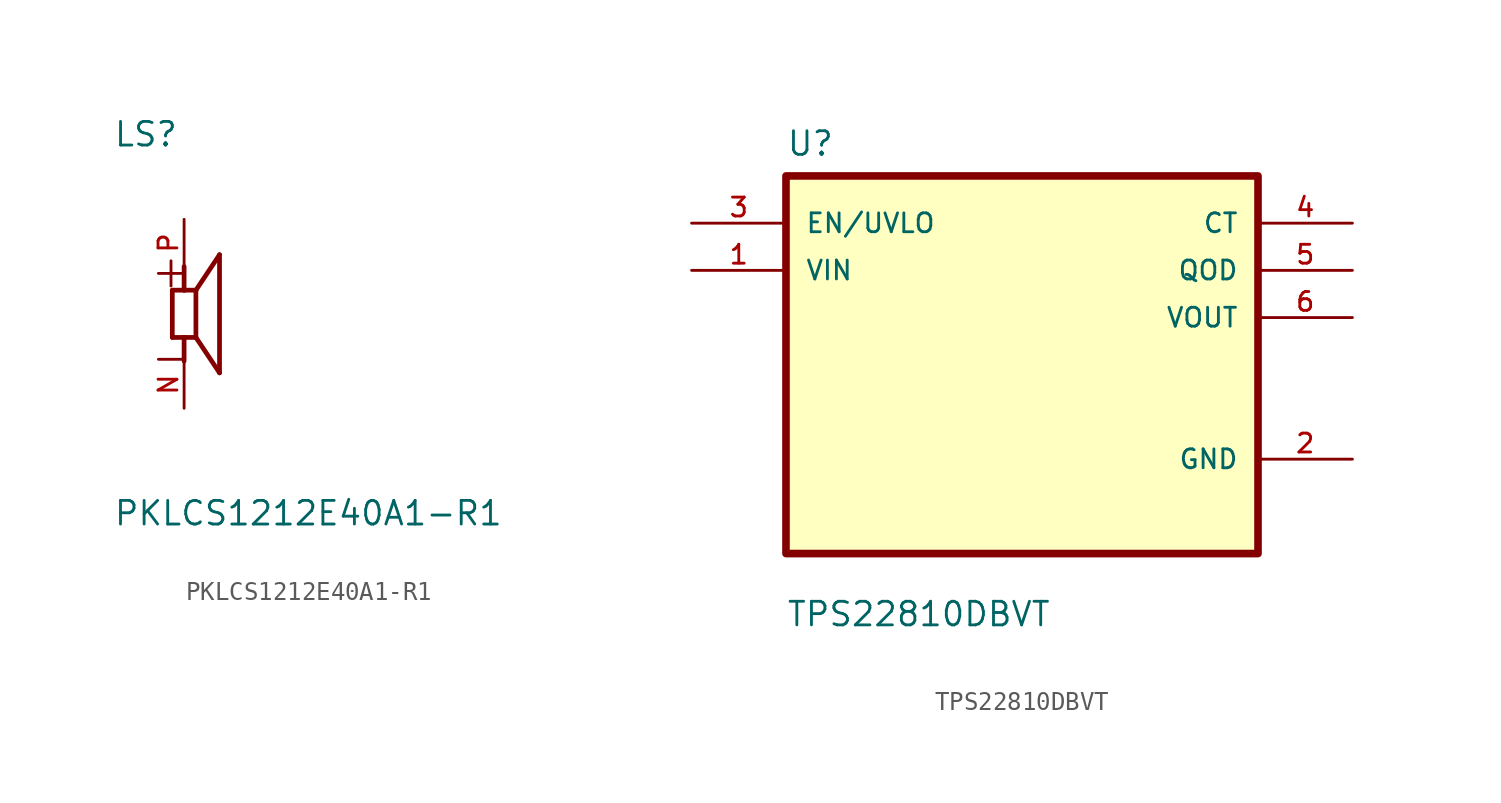
<source format=kicad_sym>
(kicad_symbol_lib
  (version 20220914)
  (generator kicad_symbol_editor)
  (symbol "PKLCS1212E40A1-R1"
    (pin_names
      (offset 1.016))
    (property "Reference" "LS"
      (at -3.82 8.913 0)
      (effects (font (size 1.27 1.27)) (justify left bottom)))
    (property "Value" "PKLCS1212E40A1-R1"
      (at -3.823 -11.469 0)
      (effects (font (size 1.27 1.27)) (justify left bottom)))
    (symbol "PKLCS1212E40A1-R1_0_0"
      (polyline (pts (xy -0.635 -1.27) (xy -0.635 1.27)) (stroke (width 0.254) (type default)) (fill (type none)))
      (polyline (pts (xy -0.635 1.27) (xy 0 1.27)) (stroke (width 0.254) (type default)) (fill (type none)))
      (polyline (pts (xy 0 -1.27) (xy -0.635 -1.27)) (stroke (width 0.254) (type default)) (fill (type none)))
      (polyline (pts (xy 0 -1.27) (xy 0 -2.54)) (stroke (width 0.254) (type default)) (fill (type none)))
      (polyline (pts (xy 0 1.27) (xy 0 2.54)) (stroke (width 0.254) (type default)) (fill (type none)))
      (polyline (pts (xy 0 1.27) (xy 0.635 1.27)) (stroke (width 0.254) (type default)) (fill (type none)))
      (polyline (pts (xy 0.635 -1.27) (xy 0 -1.27)) (stroke (width 0.254) (type default)) (fill (type none)))
      (polyline (pts (xy 0.635 1.27) (xy 0.635 -1.27)) (stroke (width 0.254) (type default)) (fill (type none)))
      (polyline (pts (xy 0.635 1.27) (xy 1.905 3.175)) (stroke (width 0.254) (type default)) (fill (type none)))
      (polyline (pts (xy 1.905 -3.175) (xy 0.635 -1.27)) (stroke (width 0.254) (type default)) (fill (type none)))
      (polyline (pts (xy 1.905 3.175) (xy 1.905 -3.175)) (stroke (width 0.254) (type default)) (fill (type none)))
      (text "+" (at -1.905 1.27 0) (effects (font (size 1.778 1.778)) (justify left bottom)))
      (text "-" (at -1.905 -1.27 0) (effects (font (size 1.778 1.778)) (justify left top)))
      (pin passive line (at 0 -5.08 90) (length 2.54) (name "~" (effects (font (size 1.016 1.016)))) (number "N" (effects (font (size 1.016 1.016)))))
      (pin passive line (at 0 5.08 270) (length 2.54) (name "~" (effects (font (size 1.016 1.016)))) (number "P" (effects (font (size 1.016 1.016)))))))
  (symbol "TPS22810DBVT"
    (pin_names
      (offset 1.016))
    (property "Reference" "U"
      (at -12.7 11.16 0)
      (effects (font (size 1.27 1.27)) (justify left bottom)))
    (property "Value" "TPS22810DBVT"
      (at -12.7 -14.16 0)
      (effects (font (size 1.27 1.27)) (justify left bottom)))
    (symbol "TPS22810DBVT_0_0"
      (rectangle (start -12.7 -10.16) (end 12.7 10.16) (stroke (width 0.41) (type default)) (fill (type background)))
      (pin input line (at -17.78 5.08 0) (length 5.08) (name "VIN" (effects (font (size 1.016 1.016)))) (number "1" (effects (font (size 1.016 1.016)))))
      (pin power_in line (at 17.78 -5.08 180) (length 5.08) (name "GND" (effects (font (size 1.016 1.016)))) (number "2" (effects (font (size 1.016 1.016)))))
      (pin input line (at -17.78 7.62 0) (length 5.08) (name "EN/UVLO" (effects (font (size 1.016 1.016)))) (number "3" (effects (font (size 1.016 1.016)))))
      (pin output line (at 17.78 7.62 180) (length 5.08) (name "CT" (effects (font (size 1.016 1.016)))) (number "4" (effects (font (size 1.016 1.016)))))
      (pin output line (at 17.78 5.08 180) (length 5.08) (name "QOD" (effects (font (size 1.016 1.016)))) (number "5" (effects (font (size 1.016 1.016)))))
      (pin output line (at 17.78 2.54 180) (length 5.08) (name "VOUT" (effects (font (size 1.016 1.016)))) (number "6" (effects (font (size 1.016 1.016))))))))
</source>
